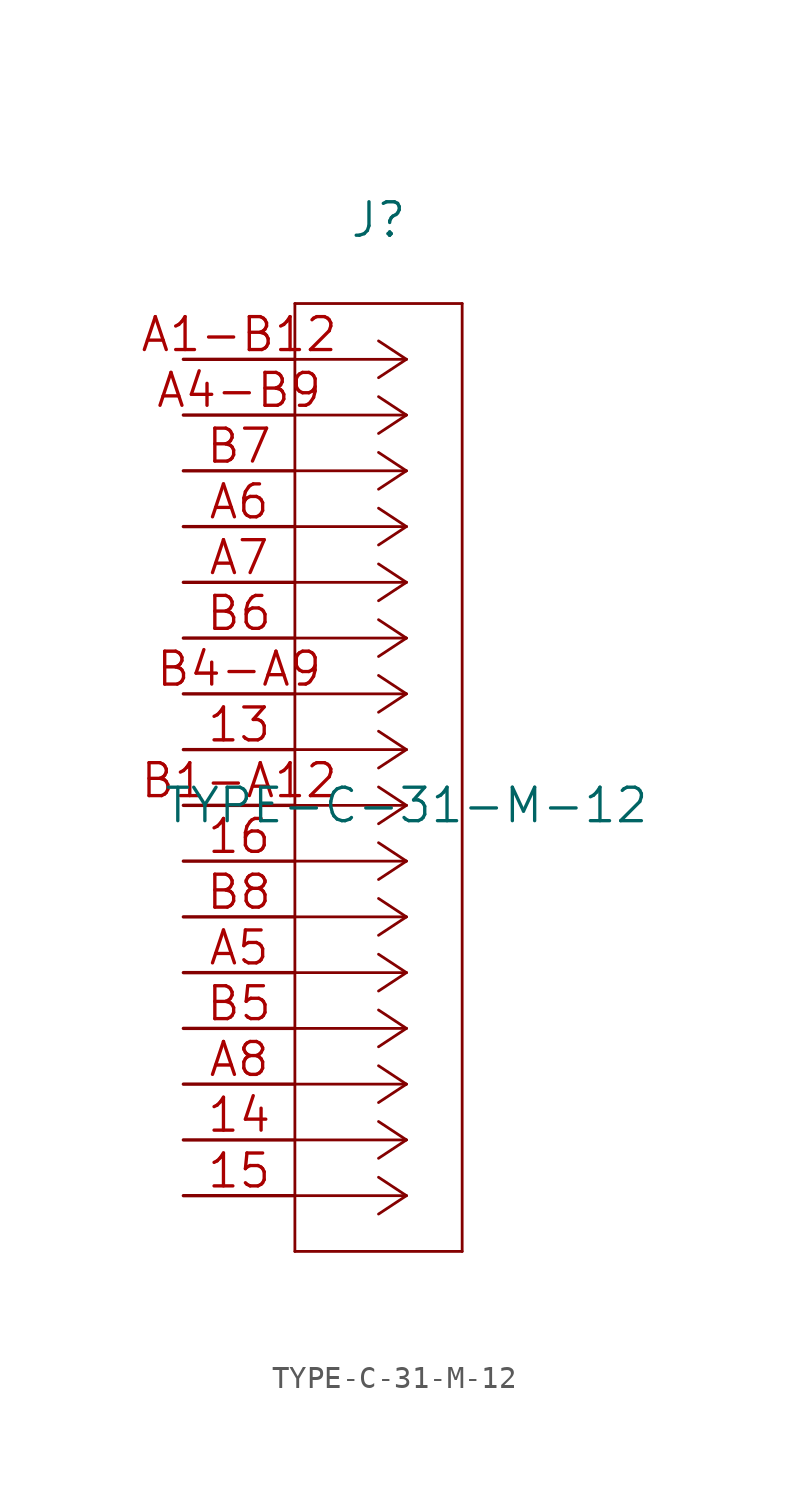
<source format=kicad_sym>
(kicad_symbol_lib
  (version 20211014)
  (generator kicad_symbol_editor)
  (symbol "TYPE-C-31-M-12"
    (pin_names
      (offset 0.254) hide)
    (property "Reference" "J"
      (at 8.89 6.35 0)
      (effects (font (size 1.524 1.524))))
    (property "Value" "TYPE-C-31-M-12"
      (at 10.16 -20.32 0)
      (effects (font (size 1.524 1.524))))
    (property "Datasheet" ""
      (at 0 0 0)
      (effects (font (size 1.524 1.524))))
    (property "ki_locked" ""
      (at 0 0 0)
      (effects (font (size 1.27 1.27))))
    (symbol "TYPE-C-31-M-12_1_1"
      (polyline (pts (xy 5.08 -40.64) (xy 12.7 -40.64)) (stroke (width 0.127) (type default) (color 0 0 0 0)) (fill (type none)))
      (polyline (pts (xy 5.08 2.54) (xy 5.08 -40.64)) (stroke (width 0.127) (type default) (color 0 0 0 0)) (fill (type none)))
      (polyline (pts (xy 10.16 -38.1) (xy 5.08 -38.1)) (stroke (width 0.127) (type default) (color 0 0 0 0)) (fill (type none)))
      (polyline (pts (xy 10.16 -38.1) (xy 8.89 -38.938)) (stroke (width 0.127) (type default) (color 0 0 0 0)) (fill (type none)))
      (polyline (pts (xy 10.16 -38.1) (xy 8.89 -37.262)) (stroke (width 0.127) (type default) (color 0 0 0 0)) (fill (type none)))
      (polyline (pts (xy 10.16 -35.56) (xy 5.08 -35.56)) (stroke (width 0.127) (type default) (color 0 0 0 0)) (fill (type none)))
      (polyline (pts (xy 10.16 -35.56) (xy 8.89 -36.398)) (stroke (width 0.127) (type default) (color 0 0 0 0)) (fill (type none)))
      (polyline (pts (xy 10.16 -35.56) (xy 8.89 -34.722)) (stroke (width 0.127) (type default) (color 0 0 0 0)) (fill (type none)))
      (polyline (pts (xy 10.16 -33.02) (xy 5.08 -33.02)) (stroke (width 0.127) (type default) (color 0 0 0 0)) (fill (type none)))
      (polyline (pts (xy 10.16 -33.02) (xy 8.89 -33.858)) (stroke (width 0.127) (type default) (color 0 0 0 0)) (fill (type none)))
      (polyline (pts (xy 10.16 -33.02) (xy 8.89 -32.182)) (stroke (width 0.127) (type default) (color 0 0 0 0)) (fill (type none)))
      (polyline (pts (xy 10.16 -30.48) (xy 5.08 -30.48)) (stroke (width 0.127) (type default) (color 0 0 0 0)) (fill (type none)))
      (polyline (pts (xy 10.16 -30.48) (xy 8.89 -31.318)) (stroke (width 0.127) (type default) (color 0 0 0 0)) (fill (type none)))
      (polyline (pts (xy 10.16 -30.48) (xy 8.89 -29.642)) (stroke (width 0.127) (type default) (color 0 0 0 0)) (fill (type none)))
      (polyline (pts (xy 10.16 -27.94) (xy 5.08 -27.94)) (stroke (width 0.127) (type default) (color 0 0 0 0)) (fill (type none)))
      (polyline (pts (xy 10.16 -27.94) (xy 8.89 -28.778)) (stroke (width 0.127) (type default) (color 0 0 0 0)) (fill (type none)))
      (polyline (pts (xy 10.16 -27.94) (xy 8.89 -27.102)) (stroke (width 0.127) (type default) (color 0 0 0 0)) (fill (type none)))
      (polyline (pts (xy 10.16 -25.4) (xy 5.08 -25.4)) (stroke (width 0.127) (type default) (color 0 0 0 0)) (fill (type none)))
      (polyline (pts (xy 10.16 -25.4) (xy 8.89 -26.238)) (stroke (width 0.127) (type default) (color 0 0 0 0)) (fill (type none)))
      (polyline (pts (xy 10.16 -25.4) (xy 8.89 -24.562)) (stroke (width 0.127) (type default) (color 0 0 0 0)) (fill (type none)))
      (polyline (pts (xy 10.16 -22.86) (xy 5.08 -22.86)) (stroke (width 0.127) (type default) (color 0 0 0 0)) (fill (type none)))
      (polyline (pts (xy 10.16 -22.86) (xy 8.89 -23.698)) (stroke (width 0.127) (type default) (color 0 0 0 0)) (fill (type none)))
      (polyline (pts (xy 10.16 -22.86) (xy 8.89 -22.022)) (stroke (width 0.127) (type default) (color 0 0 0 0)) (fill (type none)))
      (polyline (pts (xy 10.16 -20.32) (xy 5.08 -20.32)) (stroke (width 0.127) (type default) (color 0 0 0 0)) (fill (type none)))
      (polyline (pts (xy 10.16 -20.32) (xy 8.89 -21.158)) (stroke (width 0.127) (type default) (color 0 0 0 0)) (fill (type none)))
      (polyline (pts (xy 10.16 -20.32) (xy 8.89 -19.482)) (stroke (width 0.127) (type default) (color 0 0 0 0)) (fill (type none)))
      (polyline (pts (xy 10.16 -17.78) (xy 5.08 -17.78)) (stroke (width 0.127) (type default) (color 0 0 0 0)) (fill (type none)))
      (polyline (pts (xy 10.16 -17.78) (xy 8.89 -18.618)) (stroke (width 0.127) (type default) (color 0 0 0 0)) (fill (type none)))
      (polyline (pts (xy 10.16 -17.78) (xy 8.89 -16.942)) (stroke (width 0.127) (type default) (color 0 0 0 0)) (fill (type none)))
      (polyline (pts (xy 10.16 -15.24) (xy 5.08 -15.24)) (stroke (width 0.127) (type default) (color 0 0 0 0)) (fill (type none)))
      (polyline (pts (xy 10.16 -15.24) (xy 8.89 -16.078)) (stroke (width 0.127) (type default) (color 0 0 0 0)) (fill (type none)))
      (polyline (pts (xy 10.16 -15.24) (xy 8.89 -14.402)) (stroke (width 0.127) (type default) (color 0 0 0 0)) (fill (type none)))
      (polyline (pts (xy 10.16 -12.7) (xy 5.08 -12.7)) (stroke (width 0.127) (type default) (color 0 0 0 0)) (fill (type none)))
      (polyline (pts (xy 10.16 -12.7) (xy 8.89 -13.538)) (stroke (width 0.127) (type default) (color 0 0 0 0)) (fill (type none)))
      (polyline (pts (xy 10.16 -12.7) (xy 8.89 -11.862)) (stroke (width 0.127) (type default) (color 0 0 0 0)) (fill (type none)))
      (polyline (pts (xy 10.16 -10.16) (xy 5.08 -10.16)) (stroke (width 0.127) (type default) (color 0 0 0 0)) (fill (type none)))
      (polyline (pts (xy 10.16 -10.16) (xy 8.89 -10.998)) (stroke (width 0.127) (type default) (color 0 0 0 0)) (fill (type none)))
      (polyline (pts (xy 10.16 -10.16) (xy 8.89 -9.322)) (stroke (width 0.127) (type default) (color 0 0 0 0)) (fill (type none)))
      (polyline (pts (xy 10.16 -7.62) (xy 5.08 -7.62)) (stroke (width 0.127) (type default) (color 0 0 0 0)) (fill (type none)))
      (polyline (pts (xy 10.16 -7.62) (xy 8.89 -8.458)) (stroke (width 0.127) (type default) (color 0 0 0 0)) (fill (type none)))
      (polyline (pts (xy 10.16 -7.62) (xy 8.89 -6.782)) (stroke (width 0.127) (type default) (color 0 0 0 0)) (fill (type none)))
      (polyline (pts (xy 10.16 -5.08) (xy 5.08 -5.08)) (stroke (width 0.127) (type default) (color 0 0 0 0)) (fill (type none)))
      (polyline (pts (xy 10.16 -5.08) (xy 8.89 -5.918)) (stroke (width 0.127) (type default) (color 0 0 0 0)) (fill (type none)))
      (polyline (pts (xy 10.16 -5.08) (xy 8.89 -4.242)) (stroke (width 0.127) (type default) (color 0 0 0 0)) (fill (type none)))
      (polyline (pts (xy 10.16 -2.54) (xy 5.08 -2.54)) (stroke (width 0.127) (type default) (color 0 0 0 0)) (fill (type none)))
      (polyline (pts (xy 10.16 -2.54) (xy 8.89 -3.378)) (stroke (width 0.127) (type default) (color 0 0 0 0)) (fill (type none)))
      (polyline (pts (xy 10.16 -2.54) (xy 8.89 -1.702)) (stroke (width 0.127) (type default) (color 0 0 0 0)) (fill (type none)))
      (polyline (pts (xy 10.16 0) (xy 5.08 0)) (stroke (width 0.127) (type default) (color 0 0 0 0)) (fill (type none)))
      (polyline (pts (xy 10.16 0) (xy 8.89 -0.838)) (stroke (width 0.127) (type default) (color 0 0 0 0)) (fill (type none)))
      (polyline (pts (xy 10.16 0) (xy 8.89 0.838)) (stroke (width 0.127) (type default) (color 0 0 0 0)) (fill (type none)))
      (polyline (pts (xy 12.7 -40.64) (xy 12.7 2.54)) (stroke (width 0.127) (type default) (color 0 0 0 0)) (fill (type none)))
      (polyline (pts (xy 12.7 2.54) (xy 5.08 2.54)) (stroke (width 0.127) (type default) (color 0 0 0 0)) (fill (type none)))
      (pin unspecified line (at 0 -17.78 0) (length 5.08) (name "13" (effects (font (size 1.499 1.499)))) (number "13" (effects (font (size 1.499 1.499)))))
      (pin unspecified line (at 0 -35.56 0) (length 5.08) (name "14" (effects (font (size 1.499 1.499)))) (number "14" (effects (font (size 1.499 1.499)))))
      (pin unspecified line (at 0 -38.1 0) (length 5.08) (name "15" (effects (font (size 1.499 1.499)))) (number "15" (effects (font (size 1.499 1.499)))))
      (pin unspecified line (at 0 -22.86 0) (length 5.08) (name "16" (effects (font (size 1.499 1.499)))) (number "16" (effects (font (size 1.499 1.499)))))
      (pin unspecified line (at 0 0 0) (length 5.08) (name "A1-B12" (effects (font (size 1.499 1.499)))) (number "A1-B12" (effects (font (size 1.499 1.499)))))
      (pin unspecified line (at 0 -2.54 0) (length 5.08) (name "A4-B9" (effects (font (size 1.499 1.499)))) (number "A4-B9" (effects (font (size 1.499 1.499)))))
      (pin unspecified line (at 0 -27.94 0) (length 5.08) (name "A5" (effects (font (size 1.499 1.499)))) (number "A5" (effects (font (size 1.499 1.499)))))
      (pin unspecified line (at 0 -7.62 0) (length 5.08) (name "A6" (effects (font (size 1.499 1.499)))) (number "A6" (effects (font (size 1.499 1.499)))))
      (pin unspecified line (at 0 -10.16 0) (length 5.08) (name "A7" (effects (font (size 1.499 1.499)))) (number "A7" (effects (font (size 1.499 1.499)))))
      (pin unspecified line (at 0 -33.02 0) (length 5.08) (name "A8" (effects (font (size 1.499 1.499)))) (number "A8" (effects (font (size 1.499 1.499)))))
      (pin unspecified line (at 0 -20.32 0) (length 5.08) (name "B1-A12" (effects (font (size 1.499 1.499)))) (number "B1-A12" (effects (font (size 1.499 1.499)))))
      (pin unspecified line (at 0 -15.24 0) (length 5.08) (name "B4-A9" (effects (font (size 1.499 1.499)))) (number "B4-A9" (effects (font (size 1.499 1.499)))))
      (pin unspecified line (at 0 -30.48 0) (length 5.08) (name "B5" (effects (font (size 1.499 1.499)))) (number "B5" (effects (font (size 1.499 1.499)))))
      (pin unspecified line (at 0 -12.7 0) (length 5.08) (name "B6" (effects (font (size 1.499 1.499)))) (number "B6" (effects (font (size 1.499 1.499)))))
      (pin unspecified line (at 0 -5.08 0) (length 5.08) (name "B7" (effects (font (size 1.499 1.499)))) (number "B7" (effects (font (size 1.499 1.499)))))
      (pin unspecified line (at 0 -25.4 0) (length 5.08) (name "B8" (effects (font (size 1.499 1.499)))) (number "B8" (effects (font (size 1.499 1.499))))))))
</source>
